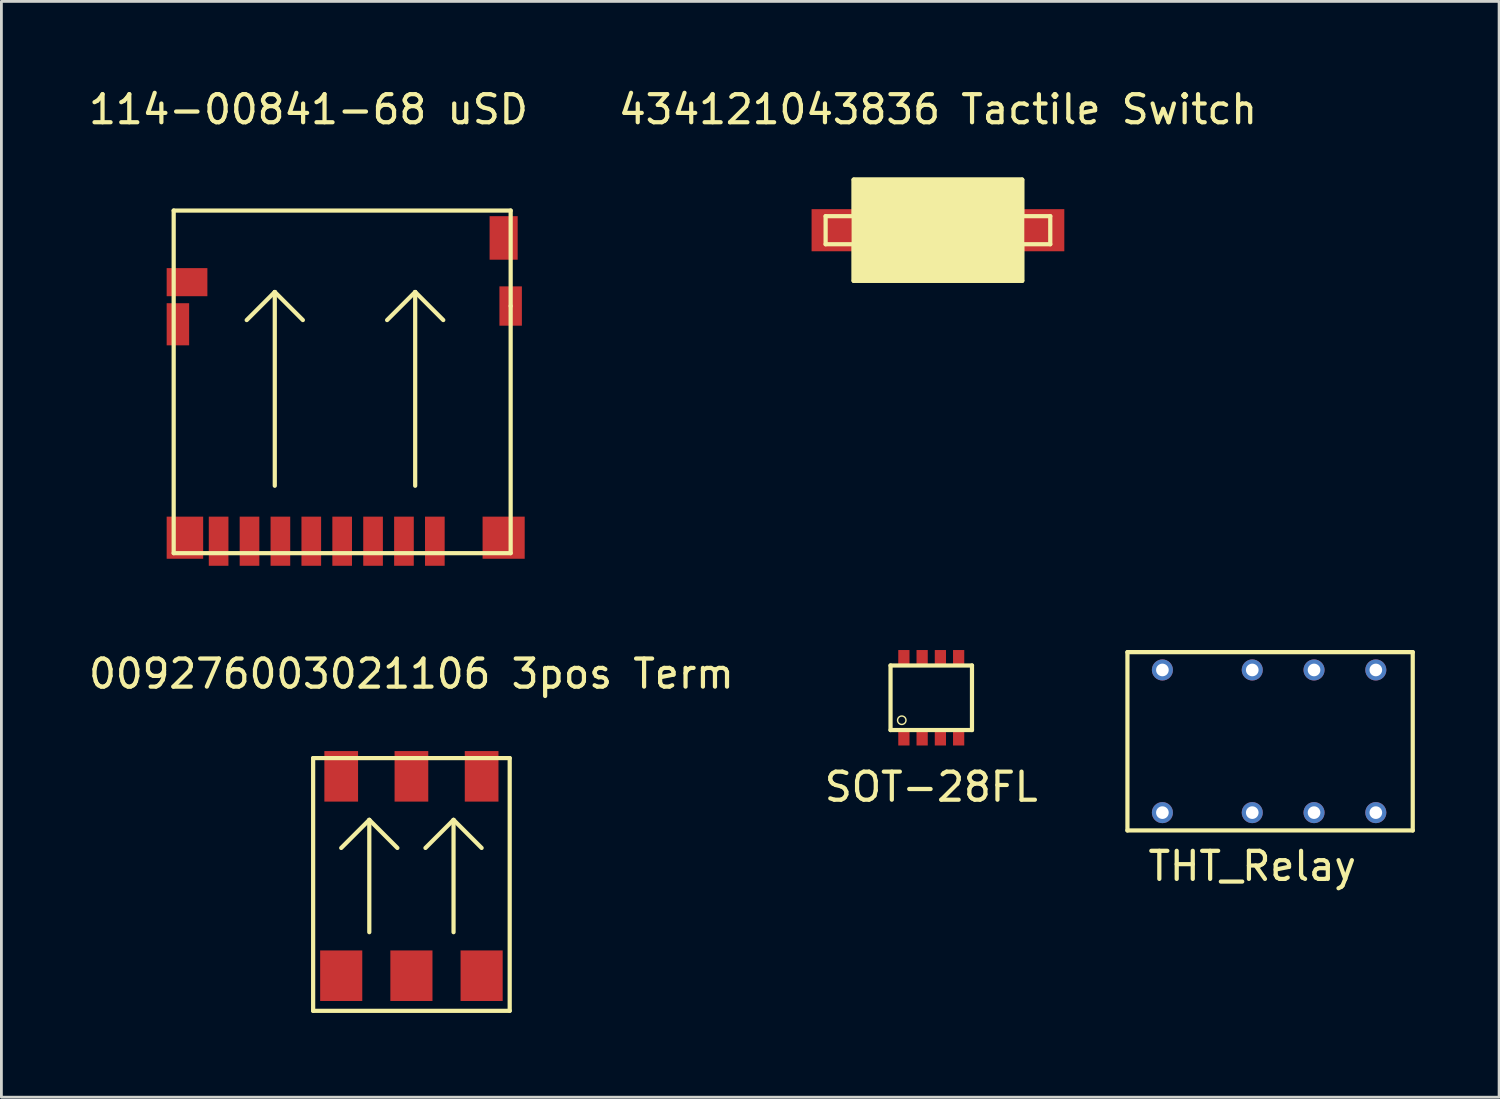
<source format=kicad_pcb>
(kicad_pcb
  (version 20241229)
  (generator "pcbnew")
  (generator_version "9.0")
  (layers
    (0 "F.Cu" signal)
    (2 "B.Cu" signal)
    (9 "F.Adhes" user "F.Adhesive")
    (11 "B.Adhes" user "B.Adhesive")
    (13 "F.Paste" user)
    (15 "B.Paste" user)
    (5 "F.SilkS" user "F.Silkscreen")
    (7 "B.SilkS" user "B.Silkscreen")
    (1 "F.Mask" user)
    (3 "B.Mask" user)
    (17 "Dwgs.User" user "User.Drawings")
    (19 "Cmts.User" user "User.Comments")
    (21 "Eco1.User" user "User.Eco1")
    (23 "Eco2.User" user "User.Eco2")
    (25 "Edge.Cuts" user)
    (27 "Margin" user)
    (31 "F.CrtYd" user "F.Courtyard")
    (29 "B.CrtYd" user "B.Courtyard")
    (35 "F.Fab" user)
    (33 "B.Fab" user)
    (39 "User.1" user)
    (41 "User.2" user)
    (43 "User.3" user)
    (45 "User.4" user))
  (footprint "434121043836 Tactile Switch"
    (layer "F.Cu")
    (at 30.351 5.148)
    (property "Reference" "434121043836 Tactile Switch" (at 0 -4.3 0) (layer "F.SilkS") (effects (font (size 1 1) (thickness 0.15))))
    (attr through_hole)
    (fp_line (start -4 -0.5) (end -4 0.5) (stroke (width 0.15) (type solid)) (layer "F.SilkS"))
    (fp_line (start -4 0.5) (end -3 0.5) (stroke (width 0.15) (type solid)) (layer "F.SilkS"))
    (fp_line (start -3 -1.8) (end -3 -0.5) (stroke (width 0.15) (type solid)) (layer "F.SilkS"))
    (fp_line (start -3 -0.5) (end -4 -0.5) (stroke (width 0.15) (type solid)) (layer "F.SilkS"))
    (fp_line (start -3 0.5) (end -3 1.8) (stroke (width 0.15) (type solid)) (layer "F.SilkS"))
    (fp_line (start -3 1.8) (end 3 1.8) (stroke (width 0.15) (type solid)) (layer "F.SilkS"))
    (fp_line (start 3 -1.8) (end -3 -1.8) (stroke (width 0.15) (type solid)) (layer "F.SilkS"))
    (fp_line (start 3 -0.5) (end 3 -1.8) (stroke (width 0.15) (type solid)) (layer "F.SilkS"))
    (fp_line (start 3 0.5) (end 4 0.5) (stroke (width 0.15) (type solid)) (layer "F.SilkS"))
    (fp_line (start 3 1.8) (end 3 0.5) (stroke (width 0.15) (type solid)) (layer "F.SilkS"))
    (fp_line (start 4 -0.5) (end 3 -0.5) (stroke (width 0.15) (type solid)) (layer "F.SilkS"))
    (fp_line (start 4 0.5) (end 4 -0.5) (stroke (width 0.15) (type solid)) (layer "F.SilkS"))
    (fp_poly (pts (xy -3 -1.8) (xy -3 1.8) (xy 3 1.8) (xy 3 -1.8)) (stroke (width 0.15) (type solid)) (fill yes) (layer "F.SilkS"))
    (pad "1" smd rect (at -3.35 0) (size 2.3 1.5) (layers "F.Cu" "F.Mask" "F.Paste"))
    (pad "2" smd rect (at 3.35 0) (size 2.3 1.5) (layers "F.Cu" "F.Mask" "F.Paste")))
  (footprint "SOT-28FL"
    (layer "F.Cu")
    (at 30.113 21.798)
    (property "Reference" "SOT-28FL" (at 0 3.175 0) (layer "F.SilkS") (effects (font (size 1 1) (thickness 0.15))))
    (attr through_hole)
    (fp_line (start -1.45 -1.15) (end 1.45 -1.15) (stroke (width 0.15) (type solid)) (layer "F.SilkS"))
    (fp_line (start -1.45 1.15) (end -1.45 -1.15) (stroke (width 0.15) (type solid)) (layer "F.SilkS"))
    (fp_line (start 1.45 -1.15) (end 1.45 1.15) (stroke (width 0.15) (type solid)) (layer "F.SilkS"))
    (fp_line (start 1.45 1.15) (end -1.45 1.15) (stroke (width 0.15) (type solid)) (layer "F.SilkS"))
    (fp_circle (center -1.05 0.8) (end -0.9 0.8) (stroke (width 0.05) (type solid)) (fill no) (layer "F.SilkS"))
    (pad "1" smd rect (at -0.975 1.4) (size 0.4 0.6) (layers "F.Cu" "F.Mask" "F.Paste"))
    (pad "2" smd rect (at -0.325 1.4) (size 0.4 0.6) (layers "F.Cu" "F.Mask" "F.Paste"))
    (pad "3" smd rect (at 0.325 1.4) (size 0.4 0.6) (layers "F.Cu" "F.Mask" "F.Paste"))
    (pad "4" smd rect (at 0.975 1.4) (size 0.4 0.6) (layers "F.Cu" "F.Mask" "F.Paste"))
    (pad "5" smd rect (at 0.975 -1.4) (size 0.4 0.6) (layers "F.Cu" "F.Mask" "F.Paste"))
    (pad "6" smd rect (at 0.325 -1.4) (size 0.4 0.6) (layers "F.Cu" "F.Mask" "F.Paste"))
    (pad "7" smd rect (at -0.325 -1.4) (size 0.4 0.6) (layers "F.Cu" "F.Mask" "F.Paste"))
    (pad "8" smd rect (at -0.975 -1.4) (size 0.4 0.6) (layers "F.Cu" "F.Mask" "F.Paste")))
  (footprint "009276003021106 3pos Term"
    (layer "F.Cu")
    (at 11.601 28.146)
    (property "Reference" "009276003021106 3pos Term" (at 0 -7.2 0) (layer "F.SilkS") (effects (font (size 1 1) (thickness 0.15))))
    (attr through_hole)
    (fp_line (start -3.5 -4.2) (end 3.5 -4.2) (stroke (width 0.15) (type solid)) (layer "F.SilkS"))
    (fp_line (start -3.5 4.8) (end -3.5 -4.2) (stroke (width 0.15) (type solid)) (layer "F.SilkS"))
    (fp_line (start -1.5 -2) (end -2.5 -1) (stroke (width 0.15) (type solid)) (layer "F.SilkS"))
    (fp_line (start -1.5 -2) (end -0.5 -1) (stroke (width 0.15) (type solid)) (layer "F.SilkS"))
    (fp_line (start -1.5 2) (end -1.5 -2) (stroke (width 0.15) (type solid)) (layer "F.SilkS"))
    (fp_line (start 1.5 -2) (end 0.5 -1) (stroke (width 0.15) (type solid)) (layer "F.SilkS"))
    (fp_line (start 1.5 -2) (end 2.5 -1) (stroke (width 0.15) (type solid)) (layer "F.SilkS"))
    (fp_line (start 1.5 2) (end 1.5 -2) (stroke (width 0.15) (type solid)) (layer "F.SilkS"))
    (fp_line (start 3.5 -4.2) (end 3.5 4.8) (stroke (width 0.15) (type solid)) (layer "F.SilkS"))
    (fp_line (start 3.5 4.8) (end -3.5 4.8) (stroke (width 0.15) (type solid)) (layer "F.SilkS"))
    (pad "1" smd rect (at -2.5 -3.55) (size 1.2 1.8) (layers "F.Cu" "F.Mask" "F.Paste"))
    (pad "1" smd rect (at -2.5 3.55) (size 1.5 1.8) (layers "F.Cu" "F.Mask" "F.Paste"))
    (pad "2" smd rect (at 0 -3.55) (size 1.2 1.8) (layers "F.Cu" "F.Mask" "F.Paste"))
    (pad "2" smd rect (at 0 3.55) (size 1.5 1.8) (layers "F.Cu" "F.Mask" "F.Paste"))
    (pad "3" smd rect (at 2.5 -3.55) (size 1.2 1.8) (layers "F.Cu" "F.Mask" "F.Paste"))
    (pad "3" smd rect (at 2.5 3.55) (size 1.5 1.8) (layers "F.Cu" "F.Mask" "F.Paste")))
  (footprint "114-00841-68 uSD"
    (layer "F.Cu")
    (at 4.735 15.348)
    (property "Reference" "114-00841-68 uSD" (at 3.2 -14.5 0) (layer "F.SilkS") (effects (font (size 1 1) (thickness 0.15))))
    (attr through_hole)
    (fp_line (start -1.6 -10.9) (end -1.6 1.3) (stroke (width 0.15) (type solid)) (layer "F.SilkS"))
    (fp_line (start -1.6 1.3) (end 10.4 1.3) (stroke (width 0.15) (type solid)) (layer "F.SilkS"))
    (fp_line (start 2 -8) (end 1 -7) (stroke (width 0.15) (type solid)) (layer "F.SilkS"))
    (fp_line (start 2 -8) (end 3 -7) (stroke (width 0.15) (type solid)) (layer "F.SilkS"))
    (fp_line (start 2 -1.1) (end 2 -8) (stroke (width 0.15) (type solid)) (layer "F.SilkS"))
    (fp_line (start 7 -8) (end 6 -7) (stroke (width 0.15) (type solid)) (layer "F.SilkS"))
    (fp_line (start 7 -8) (end 8 -7) (stroke (width 0.15) (type solid)) (layer "F.SilkS"))
    (fp_line (start 7 -1.1) (end 7 -8) (stroke (width 0.15) (type solid)) (layer "F.SilkS"))
    (fp_line (start 10.4 -10.9) (end -1.6 -10.9) (stroke (width 0.15) (type solid)) (layer "F.SilkS"))
    (fp_line (start 10.4 -7.5) (end 10.4 -10.9) (stroke (width 0.15) (type solid)) (layer "F.SilkS"))
    (fp_line (start 10.4 1.3) (end 10.4 -7.5) (stroke (width 0.15) (type solid)) (layer "F.SilkS"))
    (pad "1" smd rect (at 7.7 0.875) (size 0.7 1.75) (layers "F.Cu" "F.Mask" "F.Paste"))
    (pad "2" smd rect (at 6.6 0.875) (size 0.7 1.75) (layers "F.Cu" "F.Mask" "F.Paste"))
    (pad "3" smd rect (at 5.5 0.875) (size 0.7 1.75) (layers "F.Cu" "F.Mask" "F.Paste"))
    (pad "4" smd rect (at 4.4 0.875) (size 0.7 1.75) (layers "F.Cu" "F.Mask" "F.Paste"))
    (pad "5" smd rect (at 3.3 0.875) (size 0.7 1.75) (layers "F.Cu" "F.Mask" "F.Paste"))
    (pad "6" smd rect (at 2.2 0.875) (size 0.7 1.75) (layers "F.Cu" "F.Mask" "F.Paste"))
    (pad "7" smd rect (at 1.1 0.875) (size 0.7 1.75) (layers "F.Cu" "F.Mask" "F.Paste"))
    (pad "8" smd rect (at 0 0.875) (size 0.7 1.75) (layers "F.Cu" "F.Mask" "F.Paste"))
    (pad "9" smd rect (at 10.15 -9.925) (size 1 1.55) (layers "F.Cu" "F.Mask" "F.Paste"))
    (pad "10" smd rect (at -1.125 -8.35) (size 1.45 1) (layers "F.Cu" "F.Mask" "F.Paste"))
    (pad "11" smd rect (at -1.45 -6.85) (size 0.8 1.5) (layers "F.Cu" "F.Mask" "F.Paste"))
    (pad "11" smd rect (at -1.2 0.75) (size 1.3 1.5) (layers "F.Cu" "F.Mask" "F.Paste"))
    (pad "11" smd rect (at 10.15 0.75) (size 1.5 1.5) (layers "F.Cu" "F.Mask" "F.Paste"))
    (pad "11" smd rect (at 10.4 -7.5) (size 0.8 1.4) (layers "F.Cu" "F.Mask" "F.Paste")))
  (footprint "THT_Relay"
    (layer "F.Cu")
    (at 41.544 23.348)
    (property "Reference" "THT_Relay" (at 0 4.445 0) (layer "F.SilkS") (effects (font (size 1 1) (thickness 0.15))))
    (attr through_hole)
    (fp_line (start -4.445 -3.175) (end 5.715 -3.175) (stroke (width 0.15) (type solid)) (layer "F.SilkS"))
    (fp_line (start -4.445 3.175) (end -4.445 -3.175) (stroke (width 0.15) (type solid)) (layer "F.SilkS"))
    (fp_line (start 5.715 -3.175) (end 5.715 3.175) (stroke (width 0.15) (type solid)) (layer "F.SilkS"))
    (fp_line (start 5.715 3.175) (end -4.445 3.175) (stroke (width 0.15) (type solid)) (layer "F.SilkS"))
    (pad "1" thru_hole circle (at 2.2 -2.54) (size 0.75 0.75) (drill 0.45) (layers "*.Cu" "*.Mask"))
    (pad "2" thru_hole circle (at -3.2 2.54) (size 0.75 0.75) (drill 0.45) (layers "*.Cu" "*.Mask"))
    (pad "3" thru_hole circle (at 0 -2.54) (size 0.75 0.75) (drill 0.45) (layers "*.Cu" "*.Mask"))
    (pad "4" thru_hole circle (at 0 2.54) (size 0.75 0.75) (drill 0.45) (layers "*.Cu" "*.Mask"))
    (pad "5" thru_hole circle (at 2.2 2.54) (size 0.75 0.75) (drill 0.45) (layers "*.Cu" "*.Mask"))
    (pad "6" thru_hole circle (at -3.2 -2.54 90) (size 0.75 0.75) (drill 0.45) (layers "*.Cu" "*.Mask"))
    (pad "7" thru_hole circle (at 4.4 -2.54) (size 0.75 0.75) (drill 0.45) (layers "*.Cu" "*.Mask"))
    (pad "8" thru_hole circle (at 4.4 2.54) (size 0.75 0.75) (drill 0.45) (layers "*.Cu" "*.Mask")))
  (gr_rect
    (start -3 -3)
    (end 50.334 36.022)
    (stroke (width 0.1) (type default))
    (fill no)
    (layer "Edge.Cuts")))
</source>
